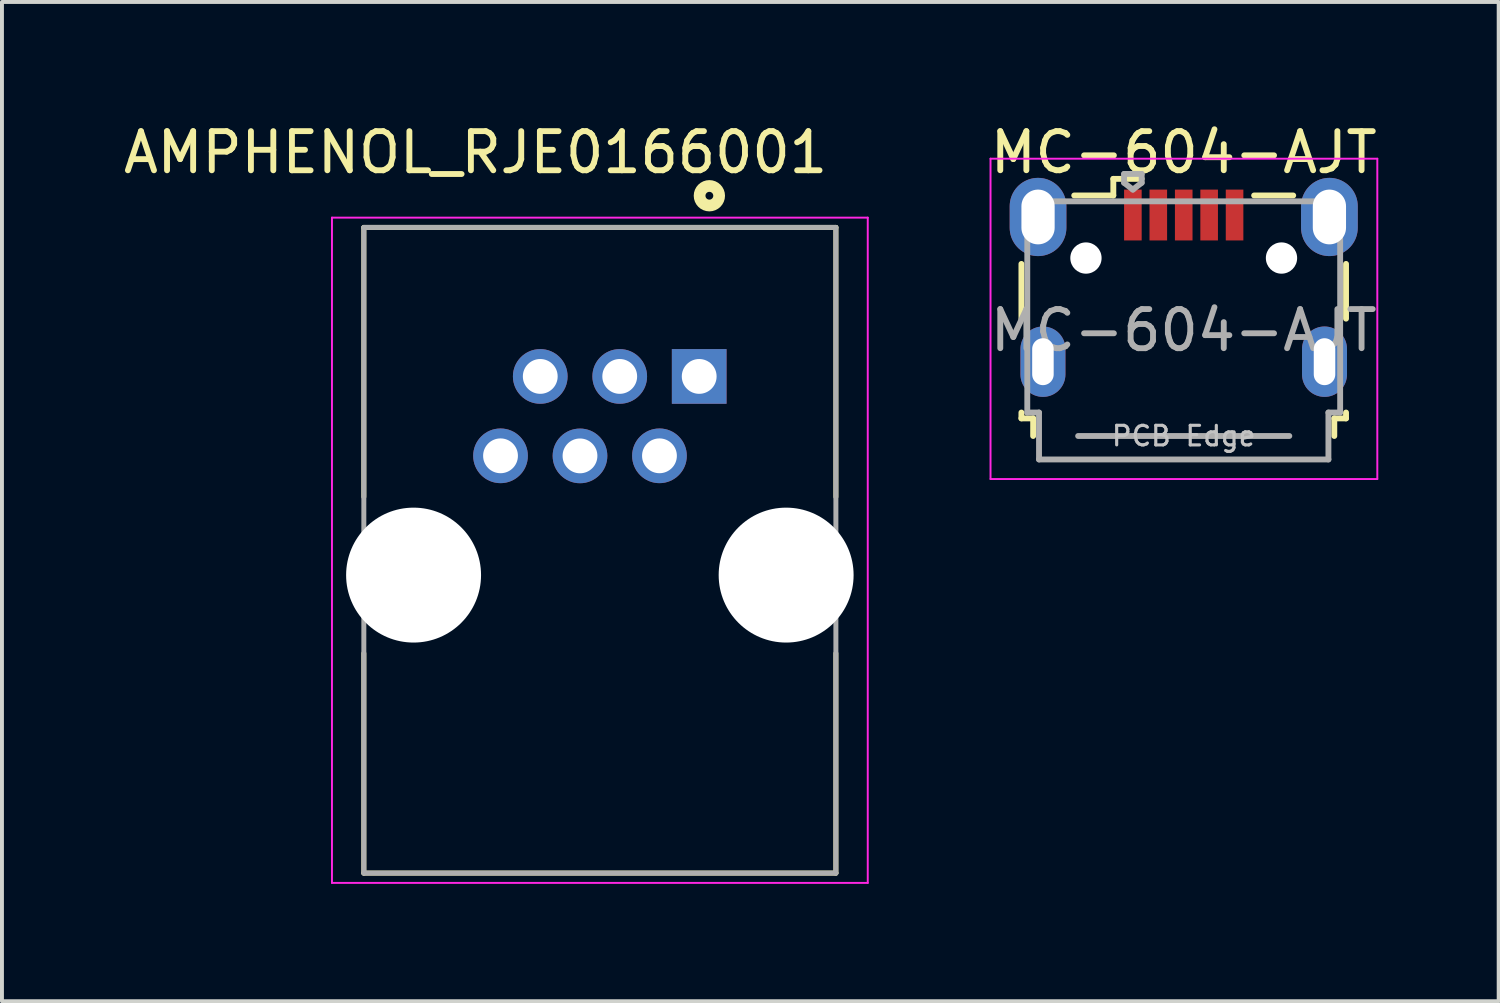
<source format=kicad_pcb>
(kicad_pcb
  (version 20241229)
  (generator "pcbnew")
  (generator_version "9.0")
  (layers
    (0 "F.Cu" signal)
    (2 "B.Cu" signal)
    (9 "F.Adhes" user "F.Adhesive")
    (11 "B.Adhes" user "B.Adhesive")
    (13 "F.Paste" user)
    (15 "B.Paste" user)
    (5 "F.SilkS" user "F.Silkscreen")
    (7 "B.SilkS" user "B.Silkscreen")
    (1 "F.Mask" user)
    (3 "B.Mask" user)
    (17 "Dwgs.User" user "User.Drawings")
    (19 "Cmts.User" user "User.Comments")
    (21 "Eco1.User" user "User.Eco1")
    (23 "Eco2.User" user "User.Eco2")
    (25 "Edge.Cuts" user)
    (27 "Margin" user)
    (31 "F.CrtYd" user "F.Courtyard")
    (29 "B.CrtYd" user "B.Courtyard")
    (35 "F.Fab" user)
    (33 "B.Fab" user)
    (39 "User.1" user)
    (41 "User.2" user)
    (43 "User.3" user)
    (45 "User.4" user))
  (footprint "AMPHENOL_RJE0166001"
    (layer "F.Cu")
    (at 12.288 11.655)
    (property "Reference" "AMPHENOL_RJE0166001" (at -3.178 -10.806 0) (layer "F.SilkS") (effects (font (size 1.001 1.001) (thickness 0.15))))
    (attr through_hole)
    (fp_line (start -6.035 -8.89) (end 6.035 -8.89) (stroke (width 0.127) (type solid)) (layer "F.SilkS"))
    (fp_line (start -6.035 -2) (end -6.035 -8.89) (stroke (width 0.127) (type solid)) (layer "F.SilkS"))
    (fp_line (start -6.035 7.62) (end -6.035 2) (stroke (width 0.127) (type solid)) (layer "F.SilkS"))
    (fp_line (start 6.035 -8.89) (end 6.035 -2) (stroke (width 0.127) (type solid)) (layer "F.SilkS"))
    (fp_line (start 6.035 2) (end 6.035 7.62) (stroke (width 0.127) (type solid)) (layer "F.SilkS"))
    (fp_line (start 6.035 7.62) (end -6.035 7.62) (stroke (width 0.127) (type solid)) (layer "F.SilkS"))
    (fp_circle (center 2.8 -9.7) (end 2.9 -9.7) (stroke (width 0.3) (type solid)) (fill no) (layer "F.SilkS"))
    (fp_line (start -6.85 -9.14) (end 6.85 -9.14) (stroke (width 0.05) (type solid)) (layer "F.CrtYd"))
    (fp_line (start -6.85 7.87) (end -6.85 -9.14) (stroke (width 0.05) (type solid)) (layer "F.CrtYd"))
    (fp_line (start 6.85 -9.14) (end 6.85 7.87) (stroke (width 0.05) (type solid)) (layer "F.CrtYd"))
    (fp_line (start 6.85 7.87) (end -6.85 7.87) (stroke (width 0.05) (type solid)) (layer "F.CrtYd"))
    (fp_line (start -6.035 -8.89) (end 6.035 -8.89) (stroke (width 0.127) (type solid)) (layer "F.Fab"))
    (fp_line (start -6.035 7.62) (end -6.035 -8.89) (stroke (width 0.127) (type solid)) (layer "F.Fab"))
    (fp_line (start 6.035 -8.89) (end 6.035 7.62) (stroke (width 0.127) (type solid)) (layer "F.Fab"))
    (fp_line (start 6.035 7.62) (end -6.035 7.62) (stroke (width 0.127) (type solid)) (layer "F.Fab"))
    (pad "" np_thru_hole circle (at -4.763 0) (size 3.45 3.45) (drill 3.45) (layers "*.Cu" "*.Mask"))
    (pad "" np_thru_hole circle (at 4.763 0) (size 3.45 3.45) (drill 3.45) (layers "*.Cu" "*.Mask"))
    (pad "1" thru_hole rect (at 2.54 -5.08) (size 1.398 1.398) (drill 0.89) (layers "*.Cu" "*.Mask"))
    (pad "2" thru_hole circle (at 1.524 -3.05) (size 1.398 1.398) (drill 0.89) (layers "*.Cu" "*.Mask"))
    (pad "3" thru_hole circle (at 0.508 -5.08) (size 1.398 1.398) (drill 0.89) (layers "*.Cu" "*.Mask"))
    (pad "4" thru_hole circle (at -0.508 -3.048) (size 1.398 1.398) (drill 0.89) (layers "*.Cu" "*.Mask"))
    (pad "5" thru_hole circle (at -1.524 -5.08) (size 1.398 1.398) (drill 0.89) (layers "*.Cu" "*.Mask"))
    (pad "6" thru_hole circle (at -2.54 -3.05) (size 1.398 1.398) (drill 0.89) (layers "*.Cu" "*.Mask")))
  (footprint "MC-604-AJT"
    (layer "F.Cu")
    (at 27.217 6.198)
    (property "Reference" "MC-604-AJT" (at 0 -5.35 0) (layer "F.SilkS") (effects (font (size 1 1) (thickness 0.15))))
    (attr smd)
    (fp_line (start -4.15 -2.5) (end -4.15 -1.1) (stroke (width 0.15) (type solid)) (layer "F.SilkS"))
    (fp_line (start -4.15 1.3) (end -4.15 1.45) (stroke (width 0.15) (type solid)) (layer "F.SilkS"))
    (fp_line (start -4.15 1.45) (end -3.85 1.45) (stroke (width 0.15) (type solid)) (layer "F.SilkS"))
    (fp_line (start -3.85 1.45) (end -3.85 1.9) (stroke (width 0.15) (type solid)) (layer "F.SilkS"))
    (fp_line (start -1.8 -4.675) (end -1.8 -4.25) (stroke (width 0.15) (type solid)) (layer "F.SilkS"))
    (fp_line (start -1.8 -4.25) (end -2.8 -4.25) (stroke (width 0.15) (type solid)) (layer "F.SilkS"))
    (fp_line (start -1.075 -4.675) (end -1.8 -4.675) (stroke (width 0.15) (type solid)) (layer "F.SilkS"))
    (fp_line (start 1.8 -4.25) (end 2.8 -4.25) (stroke (width 0.15) (type solid)) (layer "F.SilkS"))
    (fp_line (start 3.85 1.45) (end 4.15 1.45) (stroke (width 0.15) (type solid)) (layer "F.SilkS"))
    (fp_line (start 3.85 1.9) (end 3.85 1.45) (stroke (width 0.15) (type solid)) (layer "F.SilkS"))
    (fp_line (start 4.15 -1.1) (end 4.15 -2.5) (stroke (width 0.15) (type solid)) (layer "F.SilkS"))
    (fp_line (start 4.15 1.45) (end 4.15 1.3) (stroke (width 0.15) (type solid)) (layer "F.SilkS"))
    (fp_line (start -4.94 -5.19) (end -4.94 3) (stroke (width 0.05) (type solid)) (layer "F.CrtYd"))
    (fp_line (start -4.94 3) (end 4.95 3) (stroke (width 0.05) (type solid)) (layer "F.CrtYd"))
    (fp_line (start 4.95 -5.19) (end -4.94 -5.19) (stroke (width 0.05) (type solid)) (layer "F.CrtYd"))
    (fp_line (start 4.95 3) (end 4.95 -5.19) (stroke (width 0.05) (type solid)) (layer "F.CrtYd"))
    (fp_line (start -4 -4.1) (end -4 1.3) (stroke (width 0.15) (type solid)) (layer "F.Fab"))
    (fp_line (start -4 1.3) (end -3.7 1.3) (stroke (width 0.15) (type solid)) (layer "F.Fab"))
    (fp_line (start -3.7 1.3) (end -3.7 2.5) (stroke (width 0.15) (type solid)) (layer "F.Fab"))
    (fp_line (start -3.7 2.5) (end 3.7 2.5) (stroke (width 0.15) (type solid)) (layer "F.Fab"))
    (fp_line (start -2.7 1.9) (end 2.7 1.9) (stroke (width 0.15) (type solid)) (layer "F.Fab"))
    (fp_line (start -1.525 -4.8) (end -1.075 -4.8) (stroke (width 0.15) (type solid)) (layer "F.Fab"))
    (fp_line (start -1.525 -4.575) (end -1.525 -4.8) (stroke (width 0.15) (type solid)) (layer "F.Fab"))
    (fp_line (start -1.3 -4.4) (end -1.525 -4.575) (stroke (width 0.15) (type solid)) (layer "F.Fab"))
    (fp_line (start -1.075 -4.8) (end -1.075 -4.575) (stroke (width 0.15) (type solid)) (layer "F.Fab"))
    (fp_line (start -1.075 -4.575) (end -1.3 -4.4) (stroke (width 0.15) (type solid)) (layer "F.Fab"))
    (fp_line (start 3.7 1.3) (end 4 1.3) (stroke (width 0.15) (type solid)) (layer "F.Fab"))
    (fp_line (start 3.7 2.5) (end 3.7 1.3) (stroke (width 0.15) (type solid)) (layer "F.Fab"))
    (fp_line (start 4 -4.1) (end -4 -4.1) (stroke (width 0.15) (type solid)) (layer "F.Fab"))
    (fp_line (start 4 1.3) (end 4 -4.1) (stroke (width 0.15) (type solid)) (layer "F.Fab"))
    (fp_text user "PCB Edge" (at 0 1.9 0) (layer "Dwgs.User") (effects (font (size 0.5 0.5) (thickness 0.08))))
    (fp_text user "${REFERENCE}" (at 0 -0.8 0) (layer "F.Fab") (effects (font (size 1 1) (thickness 0.15))))
    (pad "" np_thru_hole oval (at -2.5 -2.65) (size 0.8 0.8) (drill 0.8) (layers "*.Cu" "*.Mask"))
    (pad "" np_thru_hole oval (at 2.5 -2.65) (size 0.8 0.8) (drill 0.8) (layers "*.Cu" "*.Mask"))
    (pad "1" smd rect (at -1.3 -3.75) (size 0.45 1.3) (layers "F.Cu" "F.Mask" "F.Paste"))
    (pad "2" smd rect (at -0.65 -3.75) (size 0.45 1.3) (layers "F.Cu" "F.Mask" "F.Paste"))
    (pad "3" smd rect (at 0 -3.75) (size 0.45 1.3) (layers "F.Cu" "F.Mask" "F.Paste"))
    (pad "4" smd rect (at 0.65 -3.75) (size 0.45 1.3) (layers "F.Cu" "F.Mask" "F.Paste"))
    (pad "5" smd rect (at 1.3 -3.75) (size 0.45 1.3) (layers "F.Cu" "F.Mask" "F.Paste"))
    (pad "6" thru_hole oval (at -3.725 -3.7) (size 1.45 2) (drill oval 0.85 1.4) (layers "*.Cu" "*.Mask"))
    (pad "6" thru_hole oval (at -3.6 0) (size 1.15 1.8) (drill oval 0.55 1.2) (layers "*.Cu" "*.Mask"))
    (pad "6" thru_hole oval (at 3.6 0) (size 1.15 1.8) (drill oval 0.55 1.2) (layers "*.Cu" "*.Mask"))
    (pad "6" thru_hole oval (at 3.725 -3.7) (size 1.45 2) (drill oval 0.85 1.4) (layers "*.Cu" "*.Mask")))
  (gr_rect
    (start -3 -3)
    (end 35.27 22.55)
    (stroke (width 0.1) (type default))
    (fill no)
    (layer "Edge.Cuts")))
</source>
